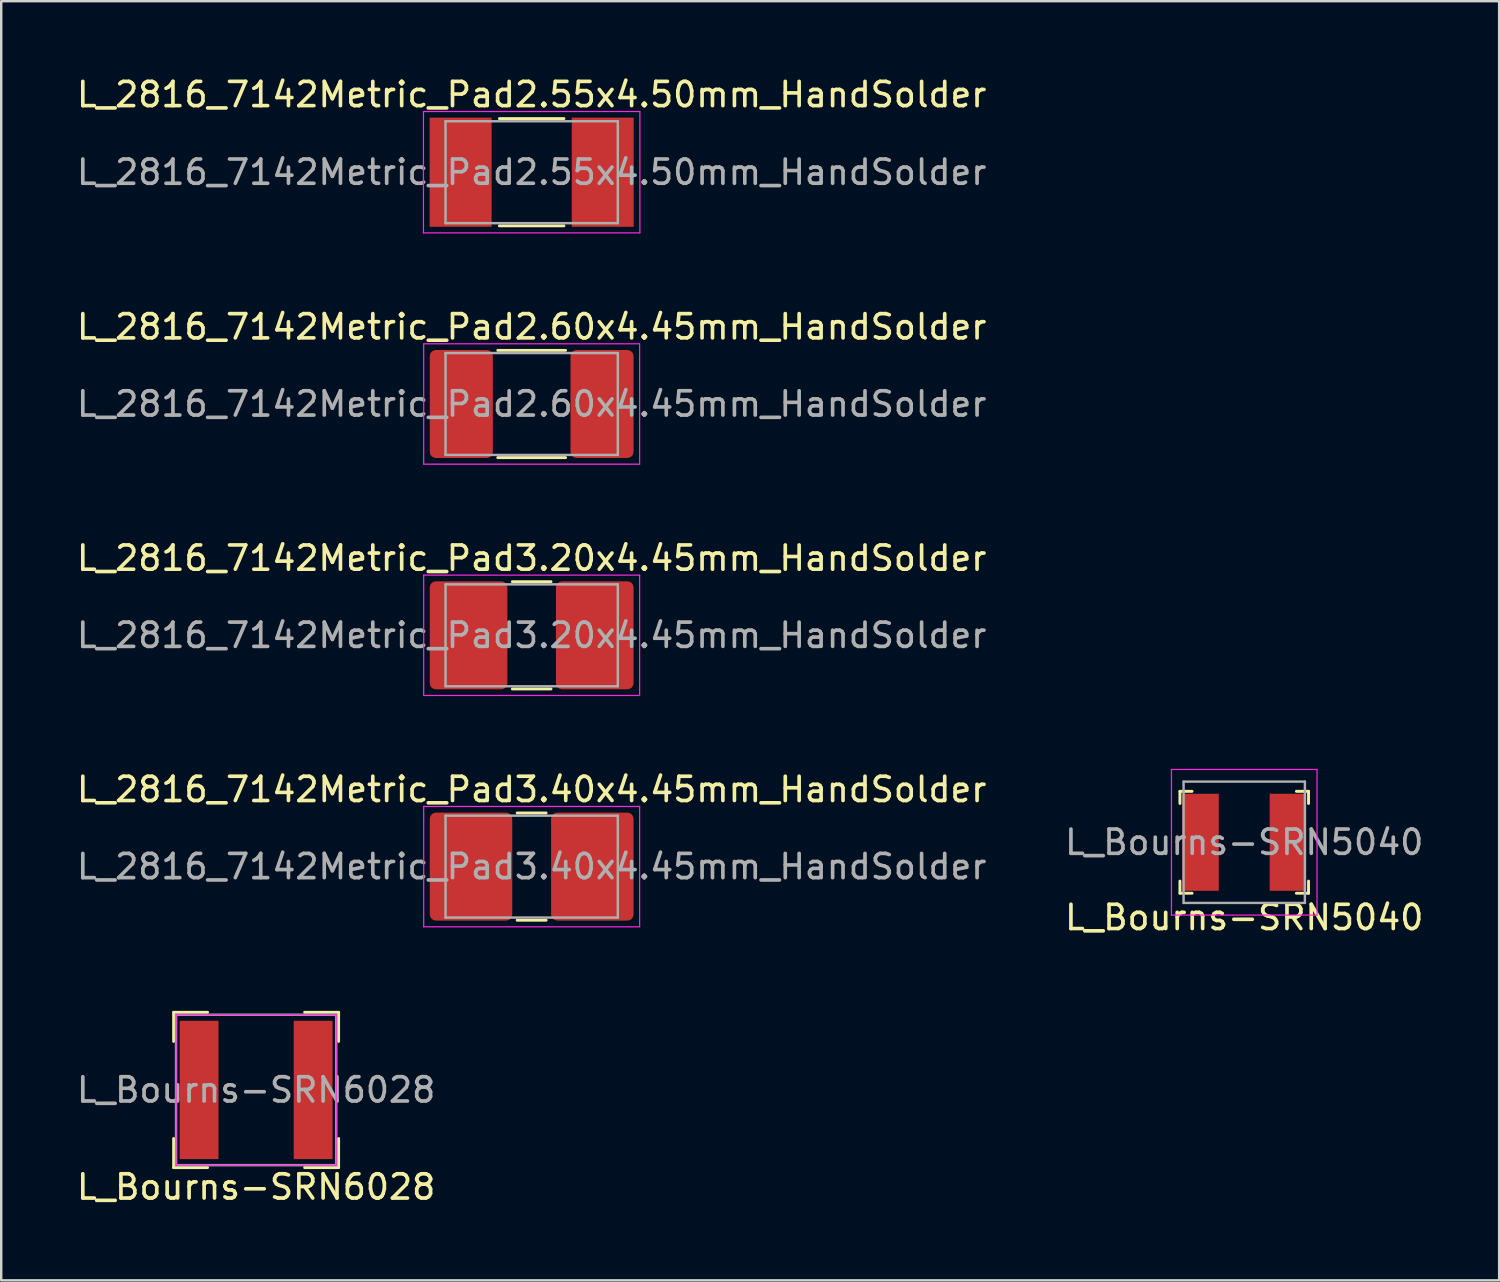
<source format=kicad_pcb>
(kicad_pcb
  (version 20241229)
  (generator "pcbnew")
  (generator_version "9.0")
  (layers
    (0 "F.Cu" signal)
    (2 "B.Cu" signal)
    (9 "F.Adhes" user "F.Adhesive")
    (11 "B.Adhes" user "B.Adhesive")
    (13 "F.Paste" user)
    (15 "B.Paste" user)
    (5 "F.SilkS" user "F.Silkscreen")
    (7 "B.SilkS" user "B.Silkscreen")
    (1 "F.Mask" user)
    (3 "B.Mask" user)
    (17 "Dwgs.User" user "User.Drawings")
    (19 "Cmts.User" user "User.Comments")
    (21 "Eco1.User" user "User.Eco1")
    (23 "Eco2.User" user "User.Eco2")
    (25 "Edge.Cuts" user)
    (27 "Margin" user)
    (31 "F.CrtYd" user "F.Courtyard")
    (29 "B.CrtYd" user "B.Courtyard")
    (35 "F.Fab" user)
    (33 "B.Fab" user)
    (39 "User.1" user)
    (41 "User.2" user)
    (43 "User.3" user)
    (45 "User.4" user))
  (footprint "L_2816_7142Metric_Pad2.60x4.45mm_HandSolder"
    (layer "F.Cu")
    (at 18.863 13.601)
    (property "Reference" "L_2816_7142Metric_Pad2.60x4.45mm_HandSolder" (at 0 -3.18 0) (layer "F.SilkS") (effects (font (size 1 1) (thickness 0.15))))
    (attr smd)
    (fp_line (start -1.397 -2.21) (end 1.397 -2.21) (stroke (width 0.12) (type solid)) (layer "F.SilkS"))
    (fp_line (start -1.397 2.21) (end 1.397 2.21) (stroke (width 0.12) (type solid)) (layer "F.SilkS"))
    (fp_line (start -4.45 -2.48) (end 4.45 -2.48) (stroke (width 0.05) (type solid)) (layer "F.CrtYd"))
    (fp_line (start -4.45 2.48) (end -4.45 -2.48) (stroke (width 0.05) (type solid)) (layer "F.CrtYd"))
    (fp_line (start 4.45 -2.48) (end 4.45 2.48) (stroke (width 0.05) (type solid)) (layer "F.CrtYd"))
    (fp_line (start 4.45 2.48) (end -4.45 2.48) (stroke (width 0.05) (type solid)) (layer "F.CrtYd"))
    (fp_line (start -3.55 -2.1) (end 3.55 -2.1) (stroke (width 0.1) (type solid)) (layer "F.Fab"))
    (fp_line (start -3.55 2.1) (end -3.55 -2.1) (stroke (width 0.1) (type solid)) (layer "F.Fab"))
    (fp_line (start 3.55 -2.1) (end 3.55 2.1) (stroke (width 0.1) (type solid)) (layer "F.Fab"))
    (fp_line (start 3.55 2.1) (end -3.55 2.1) (stroke (width 0.1) (type solid)) (layer "F.Fab"))
    (fp_text user "${REFERENCE}" (at 0 0 0) (layer "F.Fab") (effects (font (size 1 1) (thickness 0.15))))
    (pad "1" smd roundrect (at -2.9 0) (size 2.6 4.45) (layers "F.Cu" "F.Mask" "F.Paste") (roundrect_rratio 0.096))
    (pad "2" smd roundrect (at 2.9 0) (size 2.6 4.45) (layers "F.Cu" "F.Mask" "F.Paste") (roundrect_rratio 0.096)))
  (footprint "L_Bourns-SRN6028"
    (layer "F.Cu")
    (at 7.506 41.873)
    (property "Reference" "L_Bourns-SRN6028" (at 0 4 0) (layer "F.SilkS") (effects (font (size 1 1) (thickness 0.15))))
    (attr smd)
    (fp_line (start -3.4 -3.2) (end -3.4 -2) (stroke (width 0.12) (type solid)) (layer "F.SilkS"))
    (fp_line (start -3.4 -3.2) (end -2 -3.2) (stroke (width 0.12) (type solid)) (layer "F.SilkS"))
    (fp_line (start -3.4 3.2) (end -3.4 2) (stroke (width 0.12) (type solid)) (layer "F.SilkS"))
    (fp_line (start -3.4 3.2) (end -2 3.2) (stroke (width 0.12) (type solid)) (layer "F.SilkS"))
    (fp_line (start 3.4 -3.2) (end 2 -3.2) (stroke (width 0.12) (type solid)) (layer "F.SilkS"))
    (fp_line (start 3.4 -3.2) (end 3.4 -2) (stroke (width 0.12) (type solid)) (layer "F.SilkS"))
    (fp_line (start 3.4 3.2) (end 2 3.2) (stroke (width 0.12) (type solid)) (layer "F.SilkS"))
    (fp_line (start 3.4 3.2) (end 3.4 2) (stroke (width 0.12) (type solid)) (layer "F.SilkS"))
    (fp_line (start -3.3 -3.1) (end -3.3 3.1) (stroke (width 0.05) (type solid)) (layer "F.CrtYd"))
    (fp_line (start -3.3 -3.1) (end 3.3 -3.1) (stroke (width 0.05) (type solid)) (layer "F.CrtYd"))
    (fp_line (start 3.3 -3.1) (end 3.3 3.1) (stroke (width 0.05) (type solid)) (layer "F.CrtYd"))
    (fp_line (start 3.3 3.1) (end -3.3 3.1) (stroke (width 0.05) (type solid)) (layer "F.CrtYd"))
    (fp_line (start -3.3 -3.1) (end -3.3 3.1) (stroke (width 0.1) (type solid)) (layer "F.Fab"))
    (fp_line (start -3.3 -3.1) (end 3.3 -3.1) (stroke (width 0.1) (type solid)) (layer "F.Fab"))
    (fp_line (start 3.3 -3.1) (end 3.3 3.1) (stroke (width 0.1) (type solid)) (layer "F.Fab"))
    (fp_line (start 3.3 3.1) (end -3.3 3.1) (stroke (width 0.1) (type solid)) (layer "F.Fab"))
    (fp_text user "${REFERENCE}" (at 0 0 0) (layer "F.Fab") (effects (font (size 1 1) (thickness 0.15))))
    (pad "1" smd rect (at -2.35 0) (size 1.6 5.7) (layers "F.Cu" "F.Mask" "F.Paste"))
    (pad "2" smd rect (at 2.35 0) (size 1.6 5.7) (layers "F.Cu" "F.Mask" "F.Paste")))
  (footprint "L_2816_7142Metric_Pad2.55x4.50mm_HandSolder"
    (layer "F.Cu")
    (at 18.863 4.048)
    (property "Reference" "L_2816_7142Metric_Pad2.55x4.50mm_HandSolder" (at 0 -3.2 0) (layer "F.SilkS") (effects (font (size 1 1) (thickness 0.15))))
    (attr smd)
    (fp_line (start -1.33 -2.21) (end 1.33 -2.21) (stroke (width 0.12) (type solid)) (layer "F.SilkS"))
    (fp_line (start -1.33 2.21) (end 1.33 2.21) (stroke (width 0.12) (type solid)) (layer "F.SilkS"))
    (fp_line (start -4.46 -2.5) (end 4.46 -2.5) (stroke (width 0.05) (type solid)) (layer "F.CrtYd"))
    (fp_line (start -4.46 2.5) (end -4.46 -2.5) (stroke (width 0.05) (type solid)) (layer "F.CrtYd"))
    (fp_line (start 4.46 -2.5) (end 4.46 2.5) (stroke (width 0.05) (type solid)) (layer "F.CrtYd"))
    (fp_line (start 4.46 2.5) (end -4.46 2.5) (stroke (width 0.05) (type solid)) (layer "F.CrtYd"))
    (fp_line (start -3.55 -2.1) (end 3.55 -2.1) (stroke (width 0.1) (type solid)) (layer "F.Fab"))
    (fp_line (start -3.55 2.1) (end -3.55 -2.1) (stroke (width 0.1) (type solid)) (layer "F.Fab"))
    (fp_line (start 3.55 -2.1) (end 3.55 2.1) (stroke (width 0.1) (type solid)) (layer "F.Fab"))
    (fp_line (start 3.55 2.1) (end -3.55 2.1) (stroke (width 0.1) (type solid)) (layer "F.Fab"))
    (fp_text user "${REFERENCE}" (at 0 0 0) (layer "F.Fab") (effects (font (size 1 1) (thickness 0.15))))
    (pad "1" smd rect (at -2.928 0) (size 2.555 4.5) (layers "F.Cu" "F.Mask" "F.Paste"))
    (pad "2" smd rect (at 2.928 0) (size 2.555 4.5) (layers "F.Cu" "F.Mask" "F.Paste")))
  (footprint "L_2816_7142Metric_Pad3.20x4.45mm_HandSolder"
    (layer "F.Cu")
    (at 18.863 23.135)
    (property "Reference" "L_2816_7142Metric_Pad3.20x4.45mm_HandSolder" (at 0 -3.18 0) (layer "F.SilkS") (effects (font (size 1 1) (thickness 0.15))))
    (attr smd)
    (fp_line (start -0.797 -2.21) (end 0.797 -2.21) (stroke (width 0.12) (type solid)) (layer "F.SilkS"))
    (fp_line (start -0.797 2.21) (end 0.797 2.21) (stroke (width 0.12) (type solid)) (layer "F.SilkS"))
    (fp_line (start -4.45 -2.48) (end 4.45 -2.48) (stroke (width 0.05) (type solid)) (layer "F.CrtYd"))
    (fp_line (start -4.45 2.48) (end -4.45 -2.48) (stroke (width 0.05) (type solid)) (layer "F.CrtYd"))
    (fp_line (start 4.45 -2.48) (end 4.45 2.48) (stroke (width 0.05) (type solid)) (layer "F.CrtYd"))
    (fp_line (start 4.45 2.48) (end -4.45 2.48) (stroke (width 0.05) (type solid)) (layer "F.CrtYd"))
    (fp_line (start -3.55 -2.1) (end 3.55 -2.1) (stroke (width 0.1) (type solid)) (layer "F.Fab"))
    (fp_line (start -3.55 2.1) (end -3.55 -2.1) (stroke (width 0.1) (type solid)) (layer "F.Fab"))
    (fp_line (start 3.55 -2.1) (end 3.55 2.1) (stroke (width 0.1) (type solid)) (layer "F.Fab"))
    (fp_line (start 3.55 2.1) (end -3.55 2.1) (stroke (width 0.1) (type solid)) (layer "F.Fab"))
    (fp_text user "${REFERENCE}" (at 0 0 0) (layer "F.Fab") (effects (font (size 1 1) (thickness 0.15))))
    (pad "1" smd roundrect (at -2.6 0) (size 3.2 4.45) (layers "F.Cu" "F.Mask" "F.Paste") (roundrect_rratio 0.078))
    (pad "2" smd roundrect (at 2.6 0) (size 3.2 4.45) (layers "F.Cu" "F.Mask" "F.Paste") (roundrect_rratio 0.078)))
  (footprint "L_2816_7142Metric_Pad3.40x4.45mm_HandSolder"
    (layer "F.Cu")
    (at 18.863 32.668)
    (property "Reference" "L_2816_7142Metric_Pad3.40x4.45mm_HandSolder" (at 0 -3.18 0) (layer "F.SilkS") (effects (font (size 1 1) (thickness 0.15))))
    (attr smd)
    (fp_line (start -0.597 -2.21) (end 0.597 -2.21) (stroke (width 0.12) (type solid)) (layer "F.SilkS"))
    (fp_line (start -0.597 2.21) (end 0.597 2.21) (stroke (width 0.12) (type solid)) (layer "F.SilkS"))
    (fp_line (start -4.45 -2.48) (end 4.45 -2.48) (stroke (width 0.05) (type solid)) (layer "F.CrtYd"))
    (fp_line (start -4.45 2.48) (end -4.45 -2.48) (stroke (width 0.05) (type solid)) (layer "F.CrtYd"))
    (fp_line (start 4.45 -2.48) (end 4.45 2.48) (stroke (width 0.05) (type solid)) (layer "F.CrtYd"))
    (fp_line (start 4.45 2.48) (end -4.45 2.48) (stroke (width 0.05) (type solid)) (layer "F.CrtYd"))
    (fp_line (start -3.55 -2.1) (end 3.55 -2.1) (stroke (width 0.1) (type solid)) (layer "F.Fab"))
    (fp_line (start -3.55 2.1) (end -3.55 -2.1) (stroke (width 0.1) (type solid)) (layer "F.Fab"))
    (fp_line (start 3.55 -2.1) (end 3.55 2.1) (stroke (width 0.1) (type solid)) (layer "F.Fab"))
    (fp_line (start 3.55 2.1) (end -3.55 2.1) (stroke (width 0.1) (type solid)) (layer "F.Fab"))
    (fp_text user "${REFERENCE}" (at 0 0 0) (layer "F.Fab") (effects (font (size 1 1) (thickness 0.15))))
    (pad "1" smd roundrect (at -2.5 0) (size 3.4 4.45) (layers "F.Cu" "F.Mask" "F.Paste") (roundrect_rratio 0.074))
    (pad "2" smd roundrect (at 2.5 0) (size 3.4 4.45) (layers "F.Cu" "F.Mask" "F.Paste") (roundrect_rratio 0.074)))
  (footprint "L_Bourns-SRN5040"
    (layer "F.Cu")
    (at 48.232 31.665)
    (property "Reference" "L_Bourns-SRN5040" (at 0 3.1 0) (layer "F.SilkS") (effects (font (size 1 1) (thickness 0.15))))
    (attr smd)
    (fp_line (start -2.65 -2.1) (end -2.65 -1.6) (stroke (width 0.12) (type solid)) (layer "F.SilkS"))
    (fp_line (start -2.65 -2.1) (end -2.15 -2.1) (stroke (width 0.12) (type solid)) (layer "F.SilkS"))
    (fp_line (start -2.65 2.1) (end -2.65 1.6) (stroke (width 0.12) (type solid)) (layer "F.SilkS"))
    (fp_line (start -2.65 2.1) (end -2.15 2.1) (stroke (width 0.12) (type solid)) (layer "F.SilkS"))
    (fp_line (start 2.15 2.1) (end 2.65 2.1) (stroke (width 0.12) (type solid)) (layer "F.SilkS"))
    (fp_line (start 2.65 -2.1) (end 2.15 -2.1) (stroke (width 0.12) (type solid)) (layer "F.SilkS"))
    (fp_line (start 2.65 -2.1) (end 2.65 -1.6) (stroke (width 0.12) (type solid)) (layer "F.SilkS"))
    (fp_line (start 2.65 2.1) (end 2.65 1.6) (stroke (width 0.12) (type solid)) (layer "F.SilkS"))
    (fp_line (start -3 -3) (end -3 3) (stroke (width 0.05) (type solid)) (layer "F.CrtYd"))
    (fp_line (start -3 -3) (end 3 -3) (stroke (width 0.05) (type solid)) (layer "F.CrtYd"))
    (fp_line (start -3 3) (end 3 3) (stroke (width 0.05) (type solid)) (layer "F.CrtYd"))
    (fp_line (start 3 -3) (end 3 3) (stroke (width 0.05) (type solid)) (layer "F.CrtYd"))
    (fp_line (start -2.5 -2.5) (end -2.5 2.5) (stroke (width 0.1) (type solid)) (layer "F.Fab"))
    (fp_line (start -2.5 -2.5) (end 2.5 -2.5) (stroke (width 0.1) (type solid)) (layer "F.Fab"))
    (fp_line (start 2.5 -2.5) (end 2.5 2.5) (stroke (width 0.1) (type solid)) (layer "F.Fab"))
    (fp_line (start 2.5 2.5) (end -2.5 2.5) (stroke (width 0.1) (type solid)) (layer "F.Fab"))
    (fp_text user "${REFERENCE}" (at 0 0 0) (layer "F.Fab") (effects (font (size 1 1) (thickness 0.15))))
    (pad "1" smd rect (at -1.8 0) (size 1.5 4) (layers "F.Cu" "F.Mask" "F.Paste"))
    (pad "2" smd rect (at 1.8 0) (size 1.5 4) (layers "F.Cu" "F.Mask" "F.Paste")))
  (gr_rect
    (start -3 -3)
    (end 58.738 49.721)
    (stroke (width 0.1) (type default))
    (fill no)
    (layer "Edge.Cuts")))
</source>
